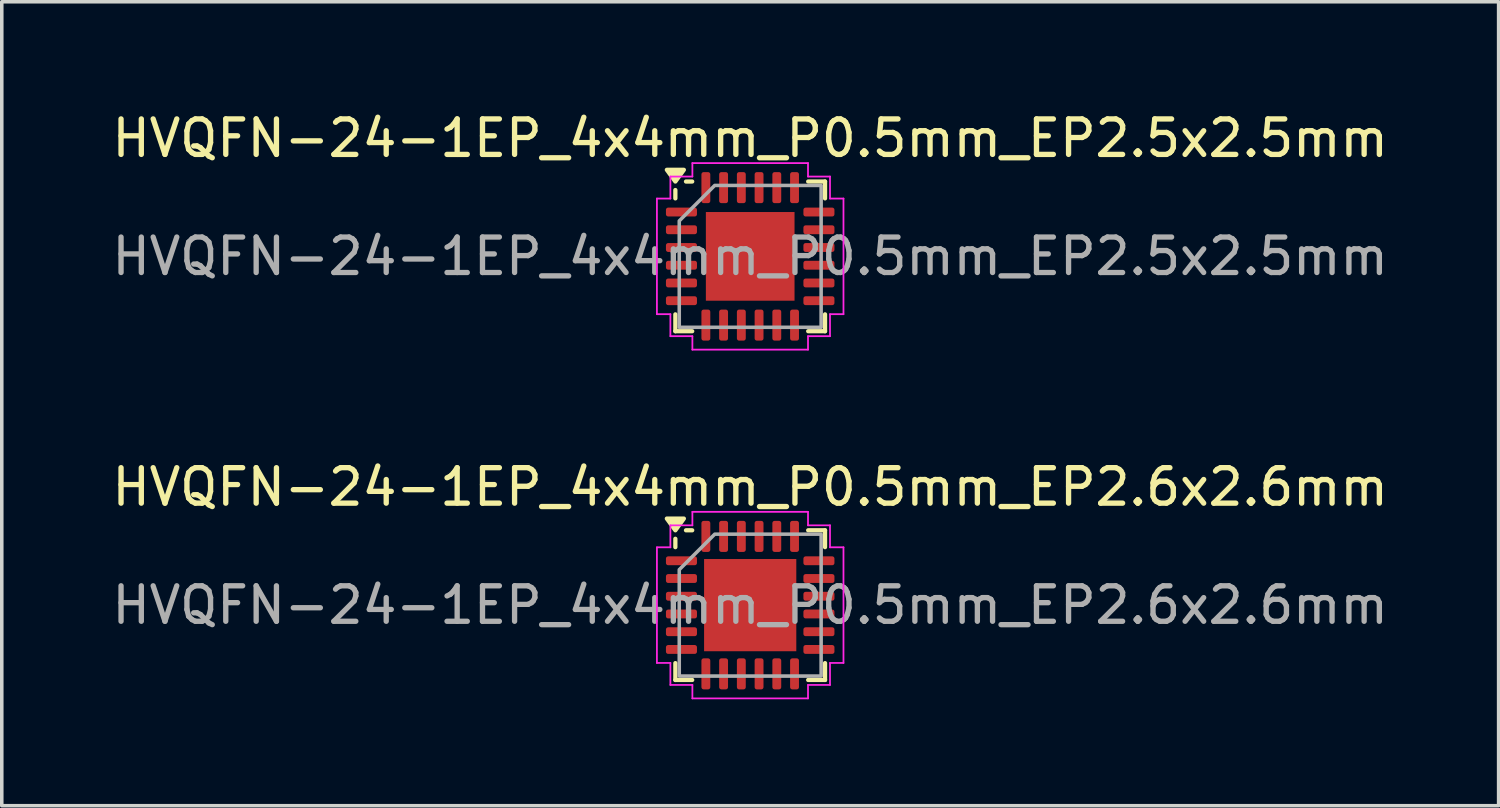
<source format=kicad_pcb>
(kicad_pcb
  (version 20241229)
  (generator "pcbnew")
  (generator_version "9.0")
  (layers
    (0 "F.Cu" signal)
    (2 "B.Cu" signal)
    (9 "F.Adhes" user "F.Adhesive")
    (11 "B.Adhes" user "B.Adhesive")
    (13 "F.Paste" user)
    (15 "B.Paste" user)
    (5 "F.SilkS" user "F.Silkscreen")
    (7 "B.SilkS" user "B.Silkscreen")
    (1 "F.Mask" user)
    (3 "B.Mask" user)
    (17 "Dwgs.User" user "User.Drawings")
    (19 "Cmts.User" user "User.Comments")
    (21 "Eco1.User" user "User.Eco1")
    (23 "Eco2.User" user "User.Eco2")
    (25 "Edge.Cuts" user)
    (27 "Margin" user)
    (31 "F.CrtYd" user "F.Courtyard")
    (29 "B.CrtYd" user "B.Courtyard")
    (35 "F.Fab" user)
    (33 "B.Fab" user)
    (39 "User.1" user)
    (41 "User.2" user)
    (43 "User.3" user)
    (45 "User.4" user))
  (footprint "HVQFN-24-1EP_4x4mm_P0.5mm_EP2.6x2.6mm"
    (layer "F.Cu")
    (at 18.101 14.011)
    (property "Reference" "HVQFN-24-1EP_4x4mm_P0.5mm_EP2.6x2.6mm" (at 0 -3.33 0) (layer "F.SilkS") (effects (font (size 1 1) (thickness 0.15))))
    (attr smd)
    (fp_line (start -2.11 -1.635) (end -2.11 -1.87) (stroke (width 0.12) (type solid)) (layer "F.SilkS"))
    (fp_line (start -2.11 2.11) (end -2.11 1.635) (stroke (width 0.12) (type solid)) (layer "F.SilkS"))
    (fp_line (start -1.635 -2.11) (end -1.81 -2.11) (stroke (width 0.12) (type solid)) (layer "F.SilkS"))
    (fp_line (start -1.635 2.11) (end -2.11 2.11) (stroke (width 0.12) (type solid)) (layer "F.SilkS"))
    (fp_line (start 1.635 -2.11) (end 2.11 -2.11) (stroke (width 0.12) (type solid)) (layer "F.SilkS"))
    (fp_line (start 1.635 2.11) (end 2.11 2.11) (stroke (width 0.12) (type solid)) (layer "F.SilkS"))
    (fp_line (start 2.11 -2.11) (end 2.11 -1.635) (stroke (width 0.12) (type solid)) (layer "F.SilkS"))
    (fp_line (start 2.11 2.11) (end 2.11 1.635) (stroke (width 0.12) (type solid)) (layer "F.SilkS"))
    (fp_poly (pts (xy -2.11 -2.11) (xy -2.35 -2.44) (xy -1.87 -2.44)) (stroke (width 0.12) (type solid)) (fill yes) (layer "F.SilkS"))
    (fp_line (start -2.63 -1.63) (end -2.25 -1.63) (stroke (width 0.05) (type solid)) (layer "F.CrtYd"))
    (fp_line (start -2.63 1.63) (end -2.63 -1.63) (stroke (width 0.05) (type solid)) (layer "F.CrtYd"))
    (fp_line (start -2.25 -2.25) (end -1.63 -2.25) (stroke (width 0.05) (type solid)) (layer "F.CrtYd"))
    (fp_line (start -2.25 -1.63) (end -2.25 -2.25) (stroke (width 0.05) (type solid)) (layer "F.CrtYd"))
    (fp_line (start -2.25 1.63) (end -2.63 1.63) (stroke (width 0.05) (type solid)) (layer "F.CrtYd"))
    (fp_line (start -2.25 2.25) (end -2.25 1.63) (stroke (width 0.05) (type solid)) (layer "F.CrtYd"))
    (fp_line (start -1.63 -2.63) (end 1.63 -2.63) (stroke (width 0.05) (type solid)) (layer "F.CrtYd"))
    (fp_line (start -1.63 -2.25) (end -1.63 -2.63) (stroke (width 0.05) (type solid)) (layer "F.CrtYd"))
    (fp_line (start -1.63 2.25) (end -2.25 2.25) (stroke (width 0.05) (type solid)) (layer "F.CrtYd"))
    (fp_line (start -1.63 2.63) (end -1.63 2.25) (stroke (width 0.05) (type solid)) (layer "F.CrtYd"))
    (fp_line (start 1.63 -2.63) (end 1.63 -2.25) (stroke (width 0.05) (type solid)) (layer "F.CrtYd"))
    (fp_line (start 1.63 -2.25) (end 2.25 -2.25) (stroke (width 0.05) (type solid)) (layer "F.CrtYd"))
    (fp_line (start 1.63 2.25) (end 1.63 2.63) (stroke (width 0.05) (type solid)) (layer "F.CrtYd"))
    (fp_line (start 1.63 2.63) (end -1.63 2.63) (stroke (width 0.05) (type solid)) (layer "F.CrtYd"))
    (fp_line (start 2.25 -2.25) (end 2.25 -1.63) (stroke (width 0.05) (type solid)) (layer "F.CrtYd"))
    (fp_line (start 2.25 -1.63) (end 2.63 -1.63) (stroke (width 0.05) (type solid)) (layer "F.CrtYd"))
    (fp_line (start 2.25 1.63) (end 2.25 2.25) (stroke (width 0.05) (type solid)) (layer "F.CrtYd"))
    (fp_line (start 2.25 2.25) (end 1.63 2.25) (stroke (width 0.05) (type solid)) (layer "F.CrtYd"))
    (fp_line (start 2.63 -1.63) (end 2.63 1.63) (stroke (width 0.05) (type solid)) (layer "F.CrtYd"))
    (fp_line (start 2.63 1.63) (end 2.25 1.63) (stroke (width 0.05) (type solid)) (layer "F.CrtYd"))
    (fp_poly (pts (xy -2 -1) (xy -2 2) (xy 2 2) (xy 2 -2) (xy -1 -2)) (stroke (width 0.1) (type solid)) (fill no) (layer "F.Fab"))
    (fp_text user "${REFERENCE}" (at 0 0 0) (layer "F.Fab") (effects (font (size 1 1) (thickness 0.15))))
    (pad "" smd roundrect (at -0.87 -0.87) (size 0.7 0.7) (layers "F.Paste") (roundrect_rratio 0.25))
    (pad "" smd roundrect (at -0.87 0) (size 0.7 0.7) (layers "F.Paste") (roundrect_rratio 0.25))
    (pad "" smd roundrect (at -0.87 0.87) (size 0.7 0.7) (layers "F.Paste") (roundrect_rratio 0.25))
    (pad "" smd roundrect (at 0 -0.87) (size 0.7 0.7) (layers "F.Paste") (roundrect_rratio 0.25))
    (pad "" smd roundrect (at 0 0) (size 0.7 0.7) (layers "F.Paste") (roundrect_rratio 0.25))
    (pad "" smd roundrect (at 0 0.87) (size 0.7 0.7) (layers "F.Paste") (roundrect_rratio 0.25))
    (pad "" smd roundrect (at 0.87 -0.87) (size 0.7 0.7) (layers "F.Paste") (roundrect_rratio 0.25))
    (pad "" smd roundrect (at 0.87 0) (size 0.7 0.7) (layers "F.Paste") (roundrect_rratio 0.25))
    (pad "" smd roundrect (at 0.87 0.87) (size 0.7 0.7) (layers "F.Paste") (roundrect_rratio 0.25))
    (pad "1" smd roundrect (at -1.938 -1.25) (size 0.875 0.25) (layers "F.Cu" "F.Mask" "F.Paste") (roundrect_rratio 0.25))
    (pad "2" smd roundrect (at -1.938 -0.75) (size 0.875 0.25) (layers "F.Cu" "F.Mask" "F.Paste") (roundrect_rratio 0.25))
    (pad "3" smd roundrect (at -1.938 -0.25) (size 0.875 0.25) (layers "F.Cu" "F.Mask" "F.Paste") (roundrect_rratio 0.25))
    (pad "4" smd roundrect (at -1.938 0.25) (size 0.875 0.25) (layers "F.Cu" "F.Mask" "F.Paste") (roundrect_rratio 0.25))
    (pad "5" smd roundrect (at -1.938 0.75) (size 0.875 0.25) (layers "F.Cu" "F.Mask" "F.Paste") (roundrect_rratio 0.25))
    (pad "6" smd roundrect (at -1.938 1.25) (size 0.875 0.25) (layers "F.Cu" "F.Mask" "F.Paste") (roundrect_rratio 0.25))
    (pad "7" smd roundrect (at -1.25 1.938) (size 0.25 0.875) (layers "F.Cu" "F.Mask" "F.Paste") (roundrect_rratio 0.25))
    (pad "8" smd roundrect (at -0.75 1.938) (size 0.25 0.875) (layers "F.Cu" "F.Mask" "F.Paste") (roundrect_rratio 0.25))
    (pad "9" smd roundrect (at -0.25 1.938) (size 0.25 0.875) (layers "F.Cu" "F.Mask" "F.Paste") (roundrect_rratio 0.25))
    (pad "10" smd roundrect (at 0.25 1.938) (size 0.25 0.875) (layers "F.Cu" "F.Mask" "F.Paste") (roundrect_rratio 0.25))
    (pad "11" smd roundrect (at 0.75 1.938) (size 0.25 0.875) (layers "F.Cu" "F.Mask" "F.Paste") (roundrect_rratio 0.25))
    (pad "12" smd roundrect (at 1.25 1.938) (size 0.25 0.875) (layers "F.Cu" "F.Mask" "F.Paste") (roundrect_rratio 0.25))
    (pad "13" smd roundrect (at 1.938 1.25) (size 0.875 0.25) (layers "F.Cu" "F.Mask" "F.Paste") (roundrect_rratio 0.25))
    (pad "14" smd roundrect (at 1.938 0.75) (size 0.875 0.25) (layers "F.Cu" "F.Mask" "F.Paste") (roundrect_rratio 0.25))
    (pad "15" smd roundrect (at 1.938 0.25) (size 0.875 0.25) (layers "F.Cu" "F.Mask" "F.Paste") (roundrect_rratio 0.25))
    (pad "16" smd roundrect (at 1.938 -0.25) (size 0.875 0.25) (layers "F.Cu" "F.Mask" "F.Paste") (roundrect_rratio 0.25))
    (pad "17" smd roundrect (at 1.938 -0.75) (size 0.875 0.25) (layers "F.Cu" "F.Mask" "F.Paste") (roundrect_rratio 0.25))
    (pad "18" smd roundrect (at 1.938 -1.25) (size 0.875 0.25) (layers "F.Cu" "F.Mask" "F.Paste") (roundrect_rratio 0.25))
    (pad "19" smd roundrect (at 1.25 -1.938) (size 0.25 0.875) (layers "F.Cu" "F.Mask" "F.Paste") (roundrect_rratio 0.25))
    (pad "20" smd roundrect (at 0.75 -1.938) (size 0.25 0.875) (layers "F.Cu" "F.Mask" "F.Paste") (roundrect_rratio 0.25))
    (pad "21" smd roundrect (at 0.25 -1.938) (size 0.25 0.875) (layers "F.Cu" "F.Mask" "F.Paste") (roundrect_rratio 0.25))
    (pad "22" smd roundrect (at -0.25 -1.938) (size 0.25 0.875) (layers "F.Cu" "F.Mask" "F.Paste") (roundrect_rratio 0.25))
    (pad "23" smd roundrect (at -0.75 -1.938) (size 0.25 0.875) (layers "F.Cu" "F.Mask" "F.Paste") (roundrect_rratio 0.25))
    (pad "24" smd roundrect (at -1.25 -1.938) (size 0.25 0.875) (layers "F.Cu" "F.Mask" "F.Paste") (roundrect_rratio 0.25))
    (pad "25" smd rect (at 0 0) (size 2.6 2.6) (property pad_prop_heatsink) (layers "F.Cu" "F.Mask")))
  (footprint "HVQFN-24-1EP_4x4mm_P0.5mm_EP2.5x2.5mm"
    (layer "F.Cu")
    (at 18.101 4.178)
    (property "Reference" "HVQFN-24-1EP_4x4mm_P0.5mm_EP2.5x2.5mm" (at 0 -3.33 0) (layer "F.SilkS") (effects (font (size 1 1) (thickness 0.15))))
    (attr smd)
    (fp_line (start -2.11 -1.635) (end -2.11 -1.87) (stroke (width 0.12) (type solid)) (layer "F.SilkS"))
    (fp_line (start -2.11 2.11) (end -2.11 1.635) (stroke (width 0.12) (type solid)) (layer "F.SilkS"))
    (fp_line (start -1.635 -2.11) (end -1.81 -2.11) (stroke (width 0.12) (type solid)) (layer "F.SilkS"))
    (fp_line (start -1.635 2.11) (end -2.11 2.11) (stroke (width 0.12) (type solid)) (layer "F.SilkS"))
    (fp_line (start 1.635 -2.11) (end 2.11 -2.11) (stroke (width 0.12) (type solid)) (layer "F.SilkS"))
    (fp_line (start 1.635 2.11) (end 2.11 2.11) (stroke (width 0.12) (type solid)) (layer "F.SilkS"))
    (fp_line (start 2.11 -2.11) (end 2.11 -1.635) (stroke (width 0.12) (type solid)) (layer "F.SilkS"))
    (fp_line (start 2.11 2.11) (end 2.11 1.635) (stroke (width 0.12) (type solid)) (layer "F.SilkS"))
    (fp_poly (pts (xy -2.11 -2.11) (xy -2.35 -2.44) (xy -1.87 -2.44)) (stroke (width 0.12) (type solid)) (fill yes) (layer "F.SilkS"))
    (fp_line (start -2.63 -1.63) (end -2.25 -1.63) (stroke (width 0.05) (type solid)) (layer "F.CrtYd"))
    (fp_line (start -2.63 1.63) (end -2.63 -1.63) (stroke (width 0.05) (type solid)) (layer "F.CrtYd"))
    (fp_line (start -2.25 -2.25) (end -1.63 -2.25) (stroke (width 0.05) (type solid)) (layer "F.CrtYd"))
    (fp_line (start -2.25 -1.63) (end -2.25 -2.25) (stroke (width 0.05) (type solid)) (layer "F.CrtYd"))
    (fp_line (start -2.25 1.63) (end -2.63 1.63) (stroke (width 0.05) (type solid)) (layer "F.CrtYd"))
    (fp_line (start -2.25 2.25) (end -2.25 1.63) (stroke (width 0.05) (type solid)) (layer "F.CrtYd"))
    (fp_line (start -1.63 -2.63) (end 1.63 -2.63) (stroke (width 0.05) (type solid)) (layer "F.CrtYd"))
    (fp_line (start -1.63 -2.25) (end -1.63 -2.63) (stroke (width 0.05) (type solid)) (layer "F.CrtYd"))
    (fp_line (start -1.63 2.25) (end -2.25 2.25) (stroke (width 0.05) (type solid)) (layer "F.CrtYd"))
    (fp_line (start -1.63 2.63) (end -1.63 2.25) (stroke (width 0.05) (type solid)) (layer "F.CrtYd"))
    (fp_line (start 1.63 -2.63) (end 1.63 -2.25) (stroke (width 0.05) (type solid)) (layer "F.CrtYd"))
    (fp_line (start 1.63 -2.25) (end 2.25 -2.25) (stroke (width 0.05) (type solid)) (layer "F.CrtYd"))
    (fp_line (start 1.63 2.25) (end 1.63 2.63) (stroke (width 0.05) (type solid)) (layer "F.CrtYd"))
    (fp_line (start 1.63 2.63) (end -1.63 2.63) (stroke (width 0.05) (type solid)) (layer "F.CrtYd"))
    (fp_line (start 2.25 -2.25) (end 2.25 -1.63) (stroke (width 0.05) (type solid)) (layer "F.CrtYd"))
    (fp_line (start 2.25 -1.63) (end 2.63 -1.63) (stroke (width 0.05) (type solid)) (layer "F.CrtYd"))
    (fp_line (start 2.25 1.63) (end 2.25 2.25) (stroke (width 0.05) (type solid)) (layer "F.CrtYd"))
    (fp_line (start 2.25 2.25) (end 1.63 2.25) (stroke (width 0.05) (type solid)) (layer "F.CrtYd"))
    (fp_line (start 2.63 -1.63) (end 2.63 1.63) (stroke (width 0.05) (type solid)) (layer "F.CrtYd"))
    (fp_line (start 2.63 1.63) (end 2.25 1.63) (stroke (width 0.05) (type solid)) (layer "F.CrtYd"))
    (fp_poly (pts (xy -2 -1) (xy -2 2) (xy 2 2) (xy 2 -2) (xy -1 -2)) (stroke (width 0.1) (type solid)) (fill no) (layer "F.Fab"))
    (fp_text user "${REFERENCE}" (at 0 0 0) (layer "F.Fab") (effects (font (size 1 1) (thickness 0.15))))
    (pad "" smd roundrect (at -0.625 -0.625) (size 1.01 1.01) (layers "F.Paste") (roundrect_rratio 0.248))
    (pad "" smd roundrect (at -0.625 0.625) (size 1.01 1.01) (layers "F.Paste") (roundrect_rratio 0.248))
    (pad "" smd roundrect (at 0.625 -0.625) (size 1.01 1.01) (layers "F.Paste") (roundrect_rratio 0.248))
    (pad "" smd roundrect (at 0.625 0.625) (size 1.01 1.01) (layers "F.Paste") (roundrect_rratio 0.248))
    (pad "1" smd roundrect (at -1.938 -1.25) (size 0.875 0.25) (layers "F.Cu" "F.Mask" "F.Paste") (roundrect_rratio 0.25))
    (pad "2" smd roundrect (at -1.938 -0.75) (size 0.875 0.25) (layers "F.Cu" "F.Mask" "F.Paste") (roundrect_rratio 0.25))
    (pad "3" smd roundrect (at -1.938 -0.25) (size 0.875 0.25) (layers "F.Cu" "F.Mask" "F.Paste") (roundrect_rratio 0.25))
    (pad "4" smd roundrect (at -1.938 0.25) (size 0.875 0.25) (layers "F.Cu" "F.Mask" "F.Paste") (roundrect_rratio 0.25))
    (pad "5" smd roundrect (at -1.938 0.75) (size 0.875 0.25) (layers "F.Cu" "F.Mask" "F.Paste") (roundrect_rratio 0.25))
    (pad "6" smd roundrect (at -1.938 1.25) (size 0.875 0.25) (layers "F.Cu" "F.Mask" "F.Paste") (roundrect_rratio 0.25))
    (pad "7" smd roundrect (at -1.25 1.938) (size 0.25 0.875) (layers "F.Cu" "F.Mask" "F.Paste") (roundrect_rratio 0.25))
    (pad "8" smd roundrect (at -0.75 1.938) (size 0.25 0.875) (layers "F.Cu" "F.Mask" "F.Paste") (roundrect_rratio 0.25))
    (pad "9" smd roundrect (at -0.25 1.938) (size 0.25 0.875) (layers "F.Cu" "F.Mask" "F.Paste") (roundrect_rratio 0.25))
    (pad "10" smd roundrect (at 0.25 1.938) (size 0.25 0.875) (layers "F.Cu" "F.Mask" "F.Paste") (roundrect_rratio 0.25))
    (pad "11" smd roundrect (at 0.75 1.938) (size 0.25 0.875) (layers "F.Cu" "F.Mask" "F.Paste") (roundrect_rratio 0.25))
    (pad "12" smd roundrect (at 1.25 1.938) (size 0.25 0.875) (layers "F.Cu" "F.Mask" "F.Paste") (roundrect_rratio 0.25))
    (pad "13" smd roundrect (at 1.938 1.25) (size 0.875 0.25) (layers "F.Cu" "F.Mask" "F.Paste") (roundrect_rratio 0.25))
    (pad "14" smd roundrect (at 1.938 0.75) (size 0.875 0.25) (layers "F.Cu" "F.Mask" "F.Paste") (roundrect_rratio 0.25))
    (pad "15" smd roundrect (at 1.938 0.25) (size 0.875 0.25) (layers "F.Cu" "F.Mask" "F.Paste") (roundrect_rratio 0.25))
    (pad "16" smd roundrect (at 1.938 -0.25) (size 0.875 0.25) (layers "F.Cu" "F.Mask" "F.Paste") (roundrect_rratio 0.25))
    (pad "17" smd roundrect (at 1.938 -0.75) (size 0.875 0.25) (layers "F.Cu" "F.Mask" "F.Paste") (roundrect_rratio 0.25))
    (pad "18" smd roundrect (at 1.938 -1.25) (size 0.875 0.25) (layers "F.Cu" "F.Mask" "F.Paste") (roundrect_rratio 0.25))
    (pad "19" smd roundrect (at 1.25 -1.938) (size 0.25 0.875) (layers "F.Cu" "F.Mask" "F.Paste") (roundrect_rratio 0.25))
    (pad "20" smd roundrect (at 0.75 -1.938) (size 0.25 0.875) (layers "F.Cu" "F.Mask" "F.Paste") (roundrect_rratio 0.25))
    (pad "21" smd roundrect (at 0.25 -1.938) (size 0.25 0.875) (layers "F.Cu" "F.Mask" "F.Paste") (roundrect_rratio 0.25))
    (pad "22" smd roundrect (at -0.25 -1.938) (size 0.25 0.875) (layers "F.Cu" "F.Mask" "F.Paste") (roundrect_rratio 0.25))
    (pad "23" smd roundrect (at -0.75 -1.938) (size 0.25 0.875) (layers "F.Cu" "F.Mask" "F.Paste") (roundrect_rratio 0.25))
    (pad "24" smd roundrect (at -1.25 -1.938) (size 0.25 0.875) (layers "F.Cu" "F.Mask" "F.Paste") (roundrect_rratio 0.25))
    (pad "25" smd rect (at 0 0) (size 2.5 2.5) (property pad_prop_heatsink) (layers "F.Cu" "F.Mask")))
  (gr_rect
    (start -3 -3)
    (end 39.202 19.666)
    (stroke (width 0.1) (type default))
    (fill no)
    (layer "Edge.Cuts")))
</source>
